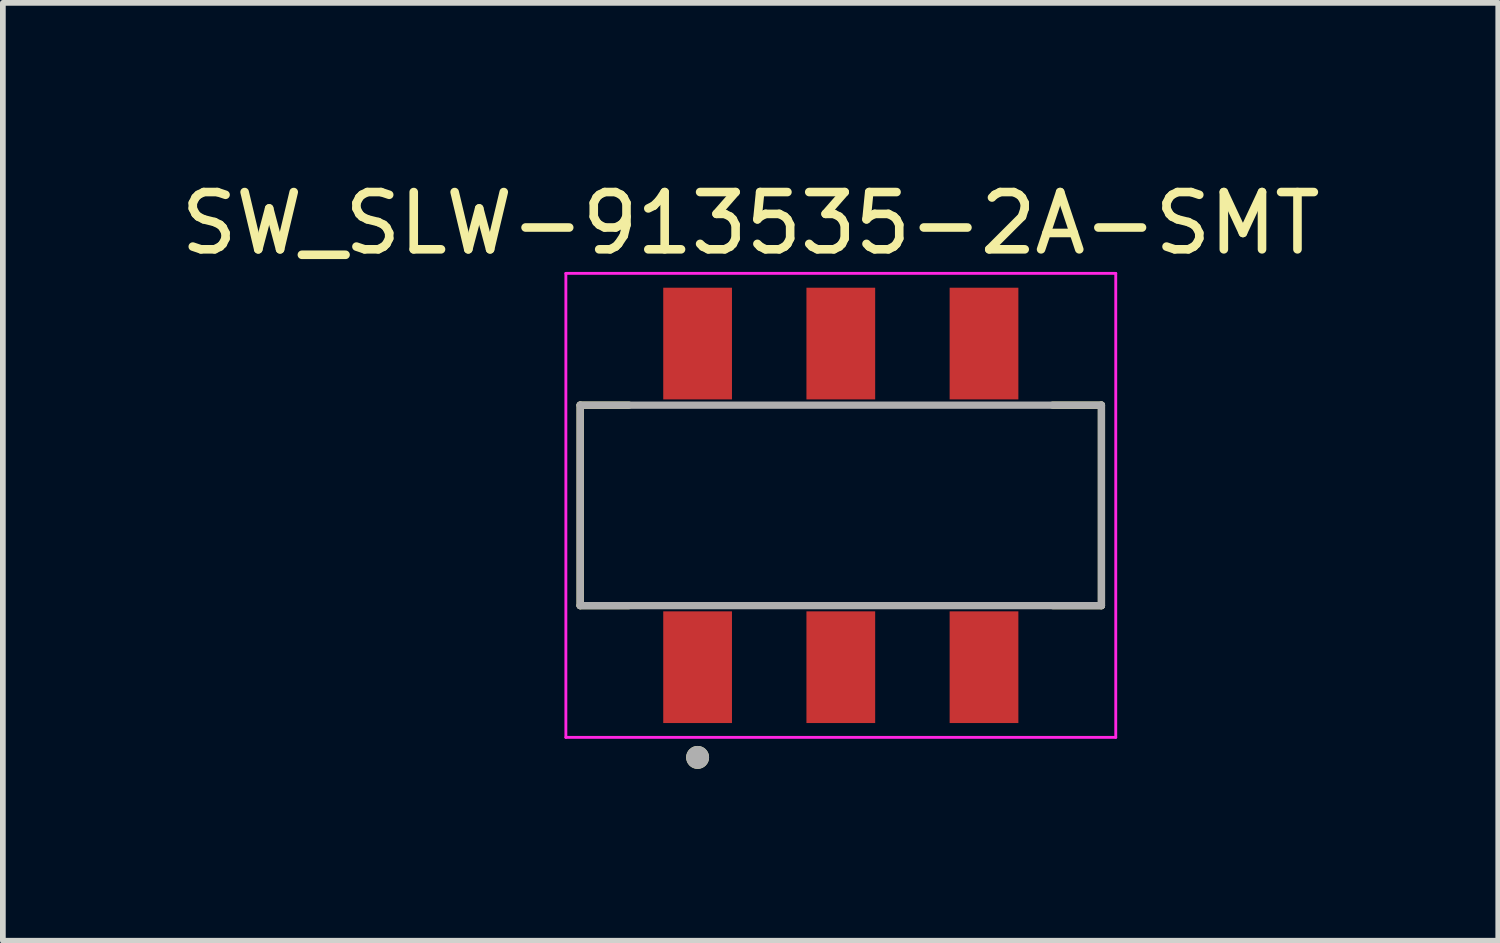
<source format=kicad_pcb>
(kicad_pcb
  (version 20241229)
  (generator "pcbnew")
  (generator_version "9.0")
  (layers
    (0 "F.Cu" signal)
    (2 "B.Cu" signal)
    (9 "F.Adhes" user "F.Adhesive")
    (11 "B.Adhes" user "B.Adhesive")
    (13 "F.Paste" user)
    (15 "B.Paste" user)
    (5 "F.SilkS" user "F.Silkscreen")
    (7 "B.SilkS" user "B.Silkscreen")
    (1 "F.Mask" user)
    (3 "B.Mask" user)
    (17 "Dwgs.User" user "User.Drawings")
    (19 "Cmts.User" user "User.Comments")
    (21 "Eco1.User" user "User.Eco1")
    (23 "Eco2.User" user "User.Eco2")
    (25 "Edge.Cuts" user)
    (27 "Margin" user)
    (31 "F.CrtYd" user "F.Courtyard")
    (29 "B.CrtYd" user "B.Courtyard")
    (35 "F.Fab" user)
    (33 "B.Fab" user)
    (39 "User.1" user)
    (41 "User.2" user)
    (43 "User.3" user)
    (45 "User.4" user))
  (footprint "SW_SLW-913535-2A-SMT"
    (layer "F.Cu")
    (at 11.629 5.773)
    (property "Reference" "SW_SLW-913535-2A-SMT" (at -1.575 -4.925 0) (layer "F.SilkS") (effects (font (size 1 1) (thickness 0.15))))
    (attr smd)
    (fp_line (start -4.55 -1.75) (end -4.55 1.75) (stroke (width 0.127) (type solid)) (layer "F.SilkS"))
    (fp_line (start -4.55 1.75) (end -3.7 1.75) (stroke (width 0.127) (type solid)) (layer "F.SilkS"))
    (fp_line (start -3.7 -1.75) (end -4.55 -1.75) (stroke (width 0.127) (type solid)) (layer "F.SilkS"))
    (fp_line (start 3.7 -1.75) (end 4.55 -1.75) (stroke (width 0.127) (type solid)) (layer "F.SilkS"))
    (fp_line (start 4.55 -1.75) (end 4.55 1.75) (stroke (width 0.127) (type solid)) (layer "F.SilkS"))
    (fp_line (start 4.55 1.75) (end 3.7 1.75) (stroke (width 0.127) (type solid)) (layer "F.SilkS"))
    (fp_circle (center -2.5 4.4) (end -2.4 4.4) (stroke (width 0.2) (type solid)) (fill no) (layer "F.SilkS"))
    (fp_line (start -4.8 -4.05) (end -4.8 4.05) (stroke (width 0.05) (type solid)) (layer "F.CrtYd"))
    (fp_line (start -4.8 4.05) (end 4.8 4.05) (stroke (width 0.05) (type solid)) (layer "F.CrtYd"))
    (fp_line (start 4.8 -4.05) (end -4.8 -4.05) (stroke (width 0.05) (type solid)) (layer "F.CrtYd"))
    (fp_line (start 4.8 4.05) (end 4.8 -4.05) (stroke (width 0.05) (type solid)) (layer "F.CrtYd"))
    (fp_line (start -4.55 -1.75) (end -4.55 1.75) (stroke (width 0.127) (type solid)) (layer "F.Fab"))
    (fp_line (start -4.55 1.75) (end 4.55 1.75) (stroke (width 0.127) (type solid)) (layer "F.Fab"))
    (fp_line (start 4.55 -1.75) (end -4.55 -1.75) (stroke (width 0.127) (type solid)) (layer "F.Fab"))
    (fp_line (start 4.55 1.75) (end 4.55 -1.75) (stroke (width 0.127) (type solid)) (layer "F.Fab"))
    (fp_circle (center -2.5 4.4) (end -2.4 4.4) (stroke (width 0.2) (type solid)) (fill no) (layer "F.Fab"))
    (pad "1" smd rect (at -2.5 2.825) (size 1.2 1.95) (layers "F.Cu" "F.Mask" "F.Paste"))
    (pad "2" smd rect (at 0 2.825) (size 1.2 1.95) (layers "F.Cu" "F.Mask" "F.Paste"))
    (pad "3" smd rect (at 2.5 2.825) (size 1.2 1.95) (layers "F.Cu" "F.Mask" "F.Paste"))
    (pad "4" smd rect (at -2.5 -2.825) (size 1.2 1.95) (layers "F.Cu" "F.Mask" "F.Paste"))
    (pad "5" smd rect (at 0 -2.825) (size 1.2 1.95) (layers "F.Cu" "F.Mask" "F.Paste"))
    (pad "6" smd rect (at 2.5 -2.825) (size 1.2 1.95) (layers "F.Cu" "F.Mask" "F.Paste")))
  (gr_rect
    (start -3 -3)
    (end 23.107 13.373)
    (stroke (width 0.1) (type default))
    (fill no)
    (layer "Edge.Cuts")))
</source>
